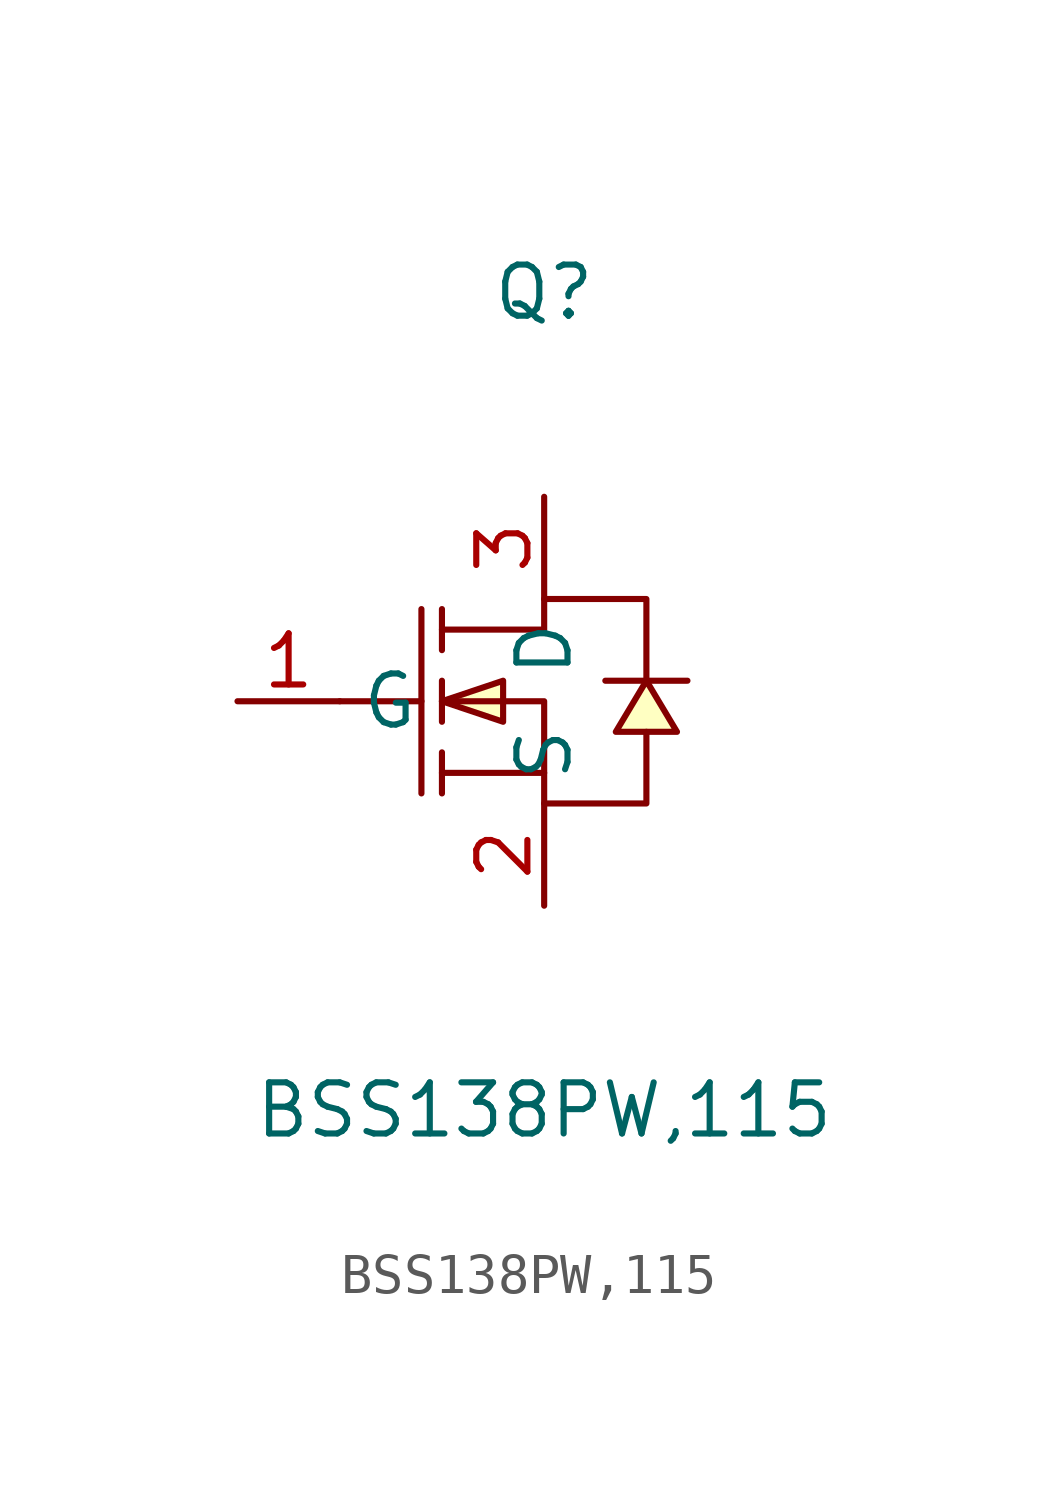
<source format=kicad_sym>
(kicad_symbol_lib
  (version 20211014)
  (generator https://github.com/uPesy/easyeda2kicad.py)
  (symbol "BSS138PW,115"
    (property "Reference" "Q"
      (at 0 10.16 0)
      (effects (font (size 1.27 1.27))))
    (property "Value" "BSS138PW,115"
      (at 0 -10.16 0)
      (effects (font (size 1.27 1.27))))
    (symbol "BSS138PW,115_0_1"
      (polyline (pts (xy -2.54 1.78) (xy 0.00 1.78) (xy 0.00 2.54) (xy 2.54 2.54) (xy 2.54 0.51)) (stroke (width 0) (type default) (color 0 0 0 0)) (fill (type none)))
      (polyline (pts (xy -2.54 -0.00) (xy 0.00 -0.00) (xy 0.00 -2.54) (xy 2.54 -2.54) (xy 2.54 -0.76)) (stroke (width 0) (type default) (color 0 0 0 0)) (fill (type none)))
      (polyline (pts (xy 0.00 -1.78) (xy -2.54 -1.78)) (stroke (width 0) (type default) (color 0 0 0 0)) (fill (type none)))
      (polyline (pts (xy -3.05 2.29) (xy -3.05 -2.29)) (stroke (width 0) (type default) (color 0 0 0 0)) (fill (type none)))
      (polyline (pts (xy -2.54 2.29) (xy -2.54 1.27)) (stroke (width 0) (type default) (color 0 0 0 0)) (fill (type none)))
      (polyline (pts (xy -2.54 -0.51) (xy -2.54 0.51)) (stroke (width 0) (type default) (color 0 0 0 0)) (fill (type none)))
      (polyline (pts (xy -2.54 -2.29) (xy -2.54 -1.27)) (stroke (width 0) (type default) (color 0 0 0 0)) (fill (type none)))
      (polyline (pts (xy -5.08 -0.00) (xy -3.05 -0.00)) (stroke (width 0) (type default) (color 0 0 0 0)) (fill (type none)))
      (polyline (pts (xy 3.56 0.51) (xy 3.05 0.51) (xy 2.03 0.51) (xy 1.52 0.51)) (stroke (width 0) (type default) (color 0 0 0 0)) (fill (type none)))
      (polyline (pts (xy -2.54 -0.00) (xy -1.02 -0.51) (xy -1.02 0.51) (xy -2.54 -0.00)) (stroke (width 0) (type default) (color 0 0 0 0)) (fill (type background)))
      (polyline (pts (xy 2.54 0.51) (xy 1.78 -0.76) (xy 3.30 -0.76) (xy 2.54 0.51)) (stroke (width 0) (type default) (color 0 0 0 0)) (fill (type background)))
      (pin unspecified line (at 0.00 5.08 270) (length 2.54) (name "D" (effects (font (size 1.27 1.27)))) (number "3" (effects (font (size 1.27 1.27)))))
      (pin unspecified line (at -7.62 -0.00 0) (length 2.54) (name "G" (effects (font (size 1.27 1.27)))) (number "1" (effects (font (size 1.27 1.27)))))
      (pin unspecified line (at 0.00 -5.08 90) (length 2.54) (name "S" (effects (font (size 1.27 1.27)))) (number "2" (effects (font (size 1.27 1.27))))))))
</source>
